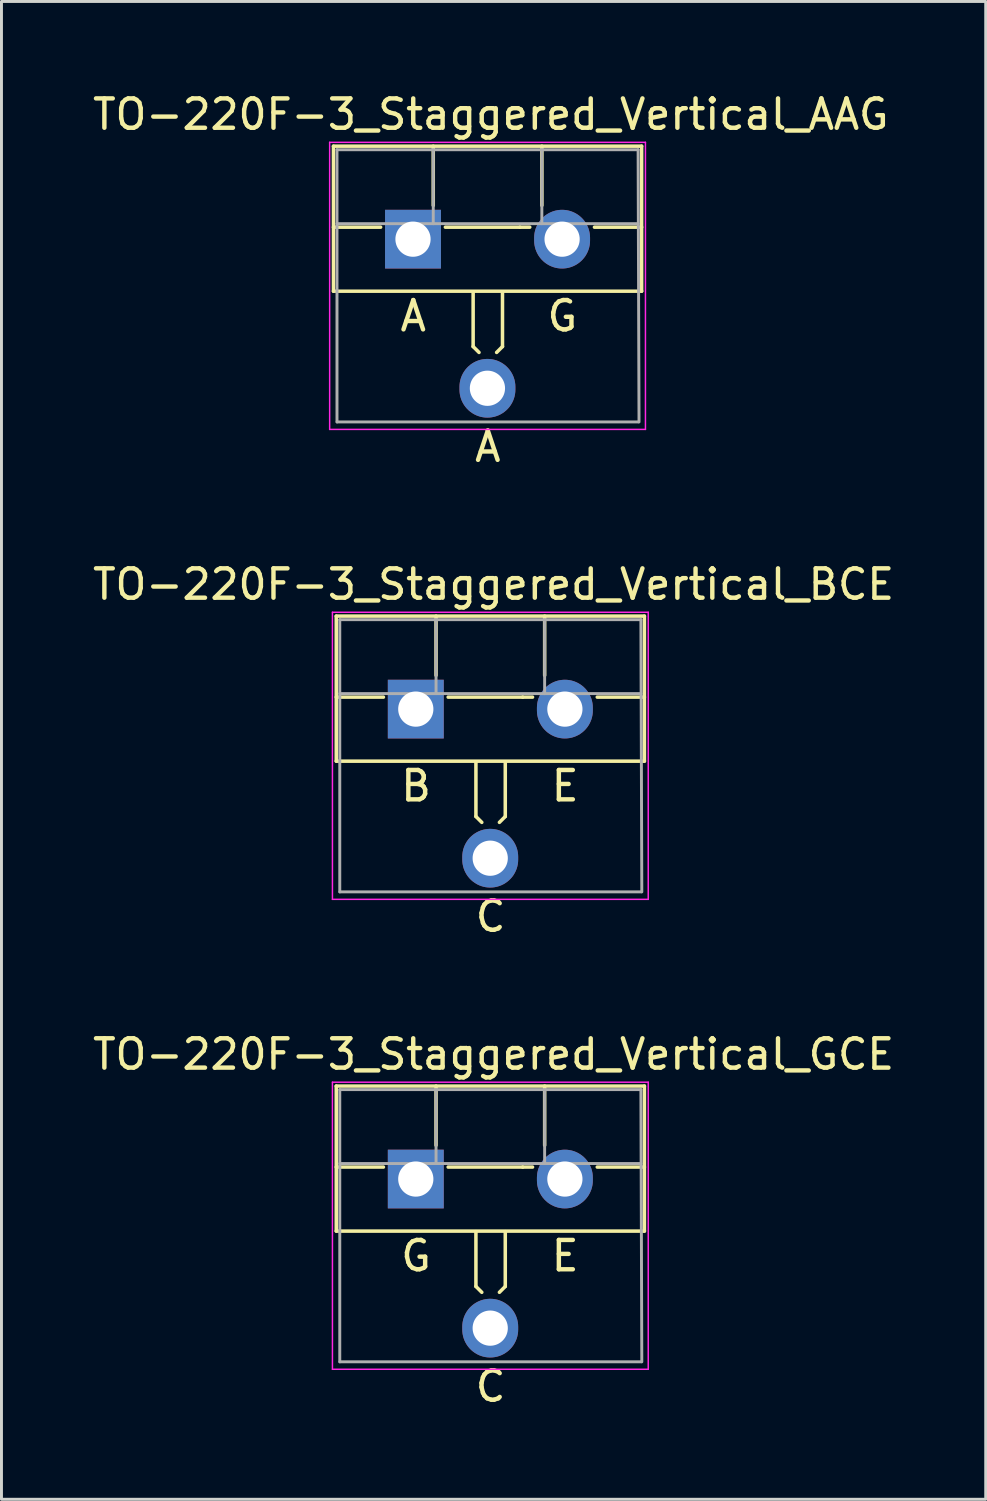
<source format=kicad_pcb>
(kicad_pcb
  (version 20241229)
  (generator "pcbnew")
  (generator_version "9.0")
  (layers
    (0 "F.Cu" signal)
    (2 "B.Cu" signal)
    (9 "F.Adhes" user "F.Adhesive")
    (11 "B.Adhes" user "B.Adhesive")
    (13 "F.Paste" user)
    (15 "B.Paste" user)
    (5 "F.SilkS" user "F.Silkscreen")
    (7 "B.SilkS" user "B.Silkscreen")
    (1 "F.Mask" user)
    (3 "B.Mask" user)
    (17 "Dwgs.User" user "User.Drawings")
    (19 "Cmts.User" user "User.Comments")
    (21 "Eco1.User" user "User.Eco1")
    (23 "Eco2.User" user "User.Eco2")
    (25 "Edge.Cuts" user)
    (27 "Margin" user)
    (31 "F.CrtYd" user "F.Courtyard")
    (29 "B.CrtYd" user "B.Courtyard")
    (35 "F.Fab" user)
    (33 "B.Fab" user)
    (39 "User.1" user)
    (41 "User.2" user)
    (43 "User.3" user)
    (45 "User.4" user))
  (footprint "TO-220F-3_Staggered_Vertical_GCE"
    (layer "F.Cu")
    (at 11.126 37.075)
    (property "Reference" "TO-220F-3_Staggered_Vertical_GCE" (at 2.642 -4.203 0) (layer "F.SilkS") (effects (font (size 1 1) (thickness 0.15))))
    (fp_line (start -2.719 -3.12) (end -2.719 1.821) (stroke (width 0.12) (type solid)) (layer "F.SilkS"))
    (fp_line (start -2.719 -3.12) (end 7.781 -3.12) (stroke (width 0.12) (type solid)) (layer "F.SilkS"))
    (fp_line (start -2.719 -0.36) (end -1.112 -0.36) (stroke (width 0.12) (type solid)) (layer "F.SilkS"))
    (fp_line (start -2.719 1.821) (end 7.781 1.821) (stroke (width 0.12) (type solid)) (layer "F.SilkS"))
    (fp_line (start 0.681 -3.12) (end 0.681 -1.102) (stroke (width 0.12) (type solid)) (layer "F.SilkS"))
    (fp_line (start 1.094 -0.36) (end 3.634 -0.36) (stroke (width 0.12) (type solid)) (layer "F.SilkS"))
    (fp_line (start 2.04 1.841) (end 2.04 3.707) (stroke (width 0.12) (type solid)) (layer "F.SilkS"))
    (fp_line (start 2.04 3.707) (end 2.24 3.907) (stroke (width 0.12) (type solid)) (layer "F.SilkS"))
    (fp_line (start 3.04 1.841) (end 3.04 3.707) (stroke (width 0.12) (type solid)) (layer "F.SilkS"))
    (fp_line (start 3.04 3.707) (end 2.84 3.907) (stroke (width 0.12) (type solid)) (layer "F.SilkS"))
    (fp_line (start 3.634 -0.36) (end 3.969 -0.36) (stroke (width 0.12) (type solid)) (layer "F.SilkS"))
    (fp_line (start 4.382 -3.12) (end 4.382 -1.102) (stroke (width 0.12) (type solid)) (layer "F.SilkS"))
    (fp_line (start 6.174 -0.36) (end 7.781 -0.36) (stroke (width 0.12) (type solid)) (layer "F.SilkS"))
    (fp_line (start 7.781 -3.12) (end 7.781 1.821) (stroke (width 0.12) (type solid)) (layer "F.SilkS"))
    (fp_line (start -2.849 -3.252) (end -2.849 6.53) (stroke (width 0.05) (type solid)) (layer "F.CrtYd"))
    (fp_line (start -2.849 6.53) (end 7.911 6.53) (stroke (width 0.05) (type solid)) (layer "F.CrtYd"))
    (fp_line (start 7.911 -3.252) (end -2.849 -3.252) (stroke (width 0.05) (type solid)) (layer "F.CrtYd"))
    (fp_line (start 7.911 6.53) (end 7.911 -3.252) (stroke (width 0.05) (type solid)) (layer "F.CrtYd"))
    (fp_line (start -2.599 -3) (end -2.599 6.276) (stroke (width 0.1) (type solid)) (layer "F.Fab"))
    (fp_line (start -2.599 -0.48) (end 7.661 -0.48) (stroke (width 0.1) (type solid)) (layer "F.Fab"))
    (fp_line (start -2.595 6.276) (end 7.665 6.276) (stroke (width 0.1) (type solid)) (layer "F.Fab"))
    (fp_line (start 0.681 -3) (end 0.681 -0.48) (stroke (width 0.1) (type solid)) (layer "F.Fab"))
    (fp_line (start 4.381 -3) (end 4.381 -0.48) (stroke (width 0.1) (type solid)) (layer "F.Fab"))
    (fp_line (start 7.661 -3) (end -2.599 -3) (stroke (width 0.1) (type solid)) (layer "F.Fab"))
    (fp_line (start 7.692 6.276) (end 7.661 -3) (stroke (width 0.1) (type solid)) (layer "F.Fab"))
    (fp_text user "G" (at 0 2.667 0) (unlocked yes) (layer "F.SilkS") (effects (font (size 1 1) (thickness 0.15))))
    (fp_text user "C" (at 2.54 7.112 0) (unlocked yes) (layer "F.SilkS") (effects (font (size 1 1) (thickness 0.15))))
    (fp_text user "E" (at 5.08 2.667 0) (unlocked yes) (layer "F.SilkS") (effects (font (size 1 1) (thickness 0.15))))
    (pad "1" thru_hole rect (at -0.009 0.048) (size 1.905 2) (drill 1.2) (layers "*.Cu" "*.Mask"))
    (pad "2" thru_hole oval (at 2.527 5.128) (size 1.905 2) (drill 1.2) (layers "*.Cu" "*.Mask"))
    (pad "3" thru_hole oval (at 5.071 0.048) (size 1.905 2) (drill 1.2) (layers "*.Cu" "*.Mask")))
  (footprint "TO-220F-3_Staggered_Vertical_BCE"
    (layer "F.Cu")
    (at 11.126 21.063)
    (property "Reference" "TO-220F-3_Staggered_Vertical_BCE" (at 2.642 -4.203 0) (layer "F.SilkS") (effects (font (size 1 1) (thickness 0.15))))
    (fp_line (start -2.719 -3.12) (end -2.719 1.821) (stroke (width 0.12) (type solid)) (layer "F.SilkS"))
    (fp_line (start -2.719 -3.12) (end 7.781 -3.12) (stroke (width 0.12) (type solid)) (layer "F.SilkS"))
    (fp_line (start -2.719 -0.36) (end -1.112 -0.36) (stroke (width 0.12) (type solid)) (layer "F.SilkS"))
    (fp_line (start -2.719 1.821) (end 7.781 1.821) (stroke (width 0.12) (type solid)) (layer "F.SilkS"))
    (fp_line (start 0.681 -3.12) (end 0.681 -1.102) (stroke (width 0.12) (type solid)) (layer "F.SilkS"))
    (fp_line (start 1.094 -0.36) (end 3.634 -0.36) (stroke (width 0.12) (type solid)) (layer "F.SilkS"))
    (fp_line (start 2.04 1.841) (end 2.04 3.707) (stroke (width 0.12) (type solid)) (layer "F.SilkS"))
    (fp_line (start 2.04 3.707) (end 2.24 3.907) (stroke (width 0.12) (type solid)) (layer "F.SilkS"))
    (fp_line (start 3.04 1.841) (end 3.04 3.707) (stroke (width 0.12) (type solid)) (layer "F.SilkS"))
    (fp_line (start 3.04 3.707) (end 2.84 3.907) (stroke (width 0.12) (type solid)) (layer "F.SilkS"))
    (fp_line (start 3.634 -0.36) (end 3.969 -0.36) (stroke (width 0.12) (type solid)) (layer "F.SilkS"))
    (fp_line (start 4.382 -3.12) (end 4.382 -1.102) (stroke (width 0.12) (type solid)) (layer "F.SilkS"))
    (fp_line (start 6.174 -0.36) (end 7.781 -0.36) (stroke (width 0.12) (type solid)) (layer "F.SilkS"))
    (fp_line (start 7.781 -3.12) (end 7.781 1.821) (stroke (width 0.12) (type solid)) (layer "F.SilkS"))
    (fp_line (start -2.849 -3.252) (end -2.849 6.53) (stroke (width 0.05) (type solid)) (layer "F.CrtYd"))
    (fp_line (start -2.849 6.53) (end 7.911 6.53) (stroke (width 0.05) (type solid)) (layer "F.CrtYd"))
    (fp_line (start 7.911 -3.252) (end -2.849 -3.252) (stroke (width 0.05) (type solid)) (layer "F.CrtYd"))
    (fp_line (start 7.911 6.53) (end 7.911 -3.252) (stroke (width 0.05) (type solid)) (layer "F.CrtYd"))
    (fp_line (start -2.599 -3) (end -2.599 6.276) (stroke (width 0.1) (type solid)) (layer "F.Fab"))
    (fp_line (start -2.599 -0.48) (end 7.661 -0.48) (stroke (width 0.1) (type solid)) (layer "F.Fab"))
    (fp_line (start -2.595 6.276) (end 7.665 6.276) (stroke (width 0.1) (type solid)) (layer "F.Fab"))
    (fp_line (start 0.681 -3) (end 0.681 -0.48) (stroke (width 0.1) (type solid)) (layer "F.Fab"))
    (fp_line (start 4.381 -3) (end 4.381 -0.48) (stroke (width 0.1) (type solid)) (layer "F.Fab"))
    (fp_line (start 7.661 -3) (end -2.599 -3) (stroke (width 0.1) (type solid)) (layer "F.Fab"))
    (fp_line (start 7.692 6.276) (end 7.661 -3) (stroke (width 0.1) (type solid)) (layer "F.Fab"))
    (fp_text user "B" (at 0 2.667 0) (unlocked yes) (layer "F.SilkS") (effects (font (size 1 1) (thickness 0.15))))
    (fp_text user "E" (at 5.08 2.667 0) (unlocked yes) (layer "F.SilkS") (effects (font (size 1 1) (thickness 0.15))))
    (fp_text user "C" (at 2.54 7.112 0) (unlocked yes) (layer "F.SilkS") (effects (font (size 1 1) (thickness 0.15))))
    (pad "1" thru_hole rect (at -0.009 0.048) (size 1.905 2) (drill 1.2) (layers "*.Cu" "*.Mask"))
    (pad "2" thru_hole oval (at 2.527 5.128) (size 1.905 2) (drill 1.2) (layers "*.Cu" "*.Mask"))
    (pad "3" thru_hole oval (at 5.071 0.048) (size 1.905 2) (drill 1.2) (layers "*.Cu" "*.Mask")))
  (footprint "TO-220F-3_Staggered_Vertical_AAG"
    (layer "F.Cu")
    (at 11.031 5.051)
    (property "Reference" "TO-220F-3_Staggered_Vertical_AAG" (at 2.642 -4.203 0) (layer "F.SilkS") (effects (font (size 1 1) (thickness 0.15))))
    (fp_line (start -2.719 -3.12) (end -2.719 1.821) (stroke (width 0.12) (type solid)) (layer "F.SilkS"))
    (fp_line (start -2.719 -3.12) (end 7.781 -3.12) (stroke (width 0.12) (type solid)) (layer "F.SilkS"))
    (fp_line (start -2.719 -0.36) (end -1.112 -0.36) (stroke (width 0.12) (type solid)) (layer "F.SilkS"))
    (fp_line (start -2.719 1.821) (end 7.781 1.821) (stroke (width 0.12) (type solid)) (layer "F.SilkS"))
    (fp_line (start 0.681 -3.12) (end 0.681 -1.102) (stroke (width 0.12) (type solid)) (layer "F.SilkS"))
    (fp_line (start 1.094 -0.36) (end 3.634 -0.36) (stroke (width 0.12) (type solid)) (layer "F.SilkS"))
    (fp_line (start 2.04 1.841) (end 2.04 3.707) (stroke (width 0.12) (type solid)) (layer "F.SilkS"))
    (fp_line (start 2.04 3.707) (end 2.24 3.907) (stroke (width 0.12) (type solid)) (layer "F.SilkS"))
    (fp_line (start 3.04 1.841) (end 3.04 3.707) (stroke (width 0.12) (type solid)) (layer "F.SilkS"))
    (fp_line (start 3.04 3.707) (end 2.84 3.907) (stroke (width 0.12) (type solid)) (layer "F.SilkS"))
    (fp_line (start 3.634 -0.36) (end 3.969 -0.36) (stroke (width 0.12) (type solid)) (layer "F.SilkS"))
    (fp_line (start 4.382 -3.12) (end 4.382 -1.102) (stroke (width 0.12) (type solid)) (layer "F.SilkS"))
    (fp_line (start 6.174 -0.36) (end 7.781 -0.36) (stroke (width 0.12) (type solid)) (layer "F.SilkS"))
    (fp_line (start 7.781 -3.12) (end 7.781 1.821) (stroke (width 0.12) (type solid)) (layer "F.SilkS"))
    (fp_line (start -2.849 -3.252) (end -2.849 6.53) (stroke (width 0.05) (type solid)) (layer "F.CrtYd"))
    (fp_line (start -2.849 6.53) (end 7.911 6.53) (stroke (width 0.05) (type solid)) (layer "F.CrtYd"))
    (fp_line (start 7.911 -3.252) (end -2.849 -3.252) (stroke (width 0.05) (type solid)) (layer "F.CrtYd"))
    (fp_line (start 7.911 6.53) (end 7.911 -3.252) (stroke (width 0.05) (type solid)) (layer "F.CrtYd"))
    (fp_line (start -2.599 -3) (end -2.599 6.276) (stroke (width 0.1) (type solid)) (layer "F.Fab"))
    (fp_line (start -2.599 -0.48) (end 7.661 -0.48) (stroke (width 0.1) (type solid)) (layer "F.Fab"))
    (fp_line (start -2.595 6.276) (end 7.665 6.276) (stroke (width 0.1) (type solid)) (layer "F.Fab"))
    (fp_line (start 0.681 -3) (end 0.681 -0.48) (stroke (width 0.1) (type solid)) (layer "F.Fab"))
    (fp_line (start 4.381 -3) (end 4.381 -0.48) (stroke (width 0.1) (type solid)) (layer "F.Fab"))
    (fp_line (start 7.661 -3) (end -2.599 -3) (stroke (width 0.1) (type solid)) (layer "F.Fab"))
    (fp_line (start 7.692 6.276) (end 7.661 -3) (stroke (width 0.1) (type solid)) (layer "F.Fab"))
    (fp_text user "G" (at 5.08 2.667 0) (unlocked yes) (layer "F.SilkS") (effects (font (size 1 1) (thickness 0.15))))
    (fp_text user "A" (at 2.54 7.112 0) (unlocked yes) (layer "F.SilkS") (effects (font (size 1 1) (thickness 0.15))))
    (fp_text user "A" (at 0 2.667 0) (unlocked yes) (layer "F.SilkS") (effects (font (size 1 1) (thickness 0.15))))
    (pad "1" thru_hole rect (at -0.009 0.048) (size 1.905 2) (drill 1.2) (layers "*.Cu" "*.Mask"))
    (pad "2" thru_hole oval (at 2.527 5.128) (size 1.905 2) (drill 1.2) (layers "*.Cu" "*.Mask"))
    (pad "3" thru_hole oval (at 5.071 0.048) (size 1.905 2) (drill 1.2) (layers "*.Cu" "*.Mask")))
  (gr_rect
    (start -3 -3)
    (end 30.536 48.035)
    (stroke (width 0.1) (type default))
    (fill no)
    (layer "Edge.Cuts")))
</source>
